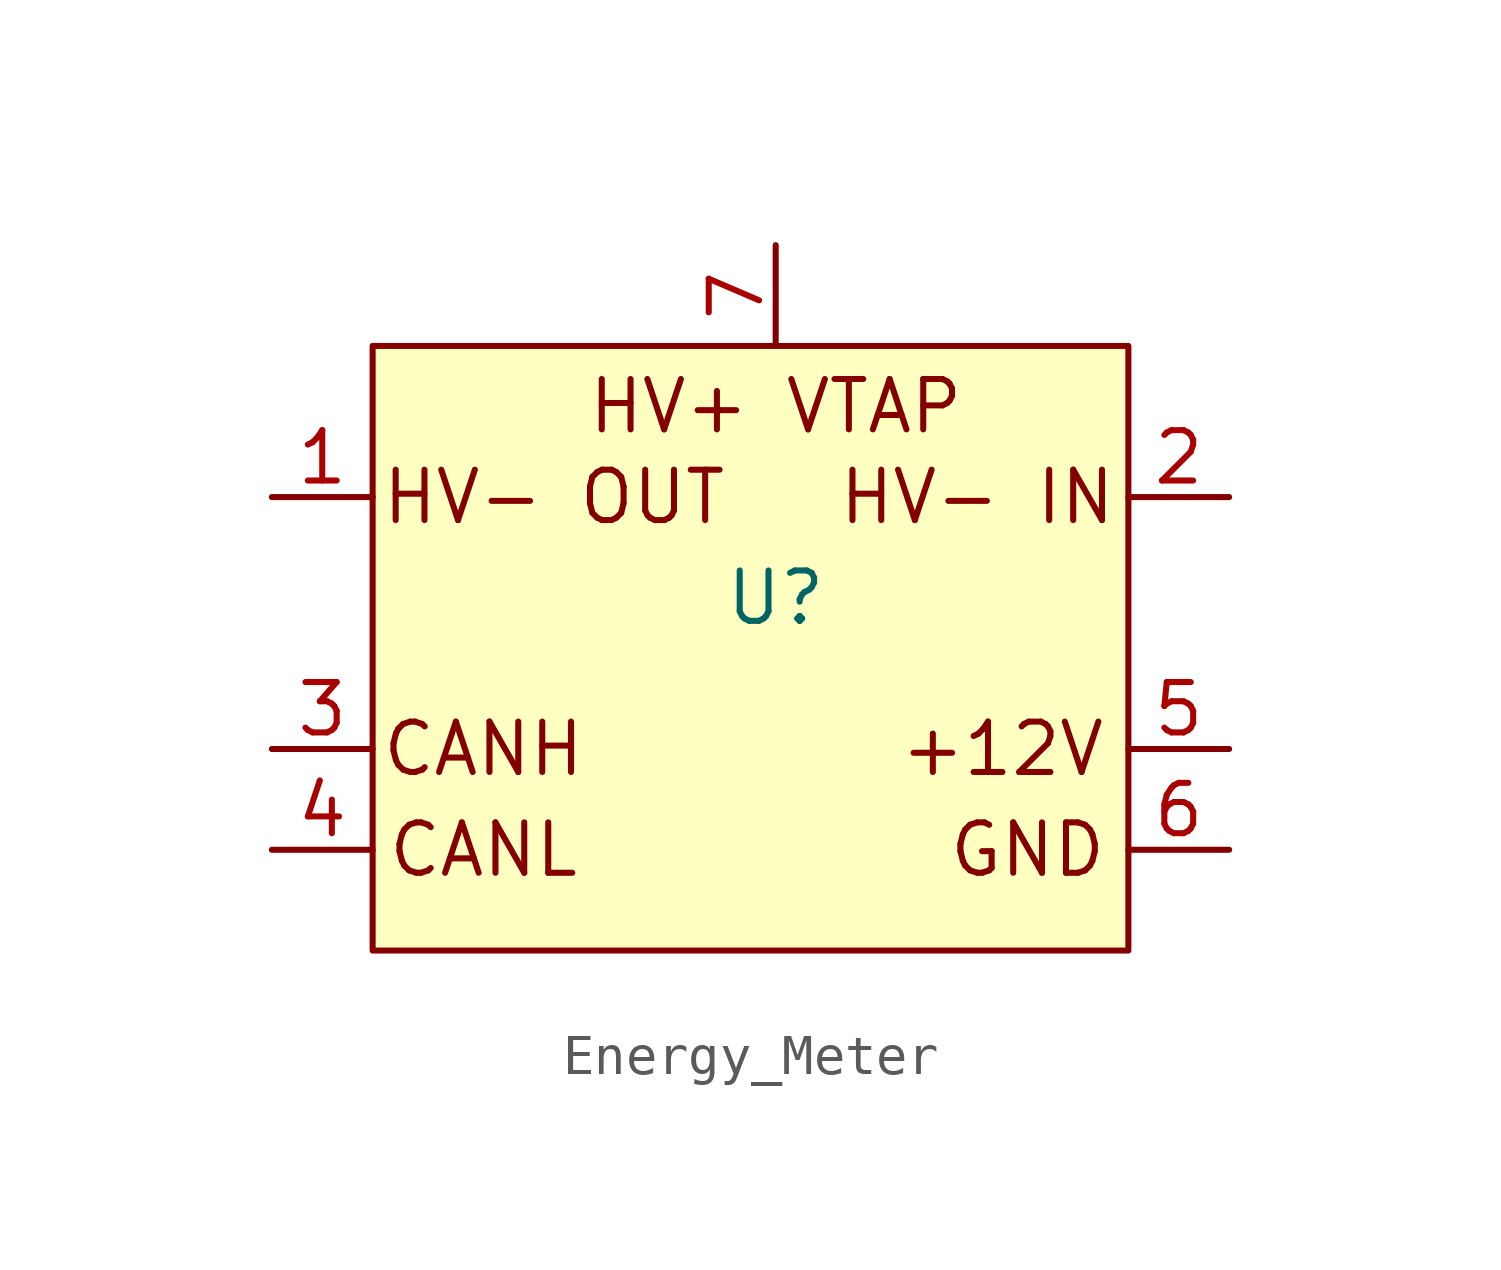
<source format=kicad_sym>
(kicad_symbol_lib
  (version 20231120)
  (generator "kicad_symbol_editor")
  (generator_version "8.0")
  (symbol "Energy_Meter"
    (property "Reference" "U"
      (at 0 0 0)
      (effects (font (size 1.27 1.27))))
    (property "Value" ""
      (at 0 0 0)
      (effects (font (size 1.27 1.27))))
    (symbol "Energy_Meter_1_1"
      (rectangle (start -10.16 6.35) (end 8.89 -8.89) (stroke (width 0) (type default)) (fill (type background)))
      (text "+12V" (at 5.715 -3.81 0) (effects (font (size 1.27 1.27))))
      (text "CANH" (at -7.366 -3.81 0) (effects (font (size 1.27 1.27))))
      (text "CANL" (at -7.366 -6.35 0) (effects (font (size 1.27 1.27))))
      (text "GND" (at 6.35 -6.35 0) (effects (font (size 1.27 1.27))))
      (text "HV+ VTAP" (at 0 4.826 0) (effects (font (size 1.27 1.27))))
      (text "HV- IN" (at 5.08 2.54 0) (effects (font (size 1.27 1.27))))
      (text "HV- OUT" (at -5.588 2.54 0) (effects (font (size 1.27 1.27))))
      (pin passive line (at -12.7 2.54 0) (length 2.54) (name "~" (effects (font (size 1.27 1.27)))) (number "1" (effects (font (size 1.27 1.27)))))
      (pin passive line (at 11.43 2.54 180) (length 2.54) (name "~" (effects (font (size 1.27 1.27)))) (number "2" (effects (font (size 1.27 1.27)))))
      (pin passive line (at -12.7 -3.81 0) (length 2.54) (name "~" (effects (font (size 1.27 1.27)))) (number "3" (effects (font (size 1.27 1.27)))))
      (pin passive line (at -12.7 -6.35 0) (length 2.54) (name "~" (effects (font (size 1.27 1.27)))) (number "4" (effects (font (size 1.27 1.27)))))
      (pin passive line (at 11.43 -3.81 180) (length 2.54) (name "~" (effects (font (size 1.27 1.27)))) (number "5" (effects (font (size 1.27 1.27)))))
      (pin passive line (at 11.43 -6.35 180) (length 2.54) (name "~" (effects (font (size 1.27 1.27)))) (number "6" (effects (font (size 1.27 1.27)))))
      (pin passive line (at 0 8.89 270) (length 2.54) (name "~" (effects (font (size 1.27 1.27)))) (number "7" (effects (font (size 1.27 1.27))))))))
</source>
